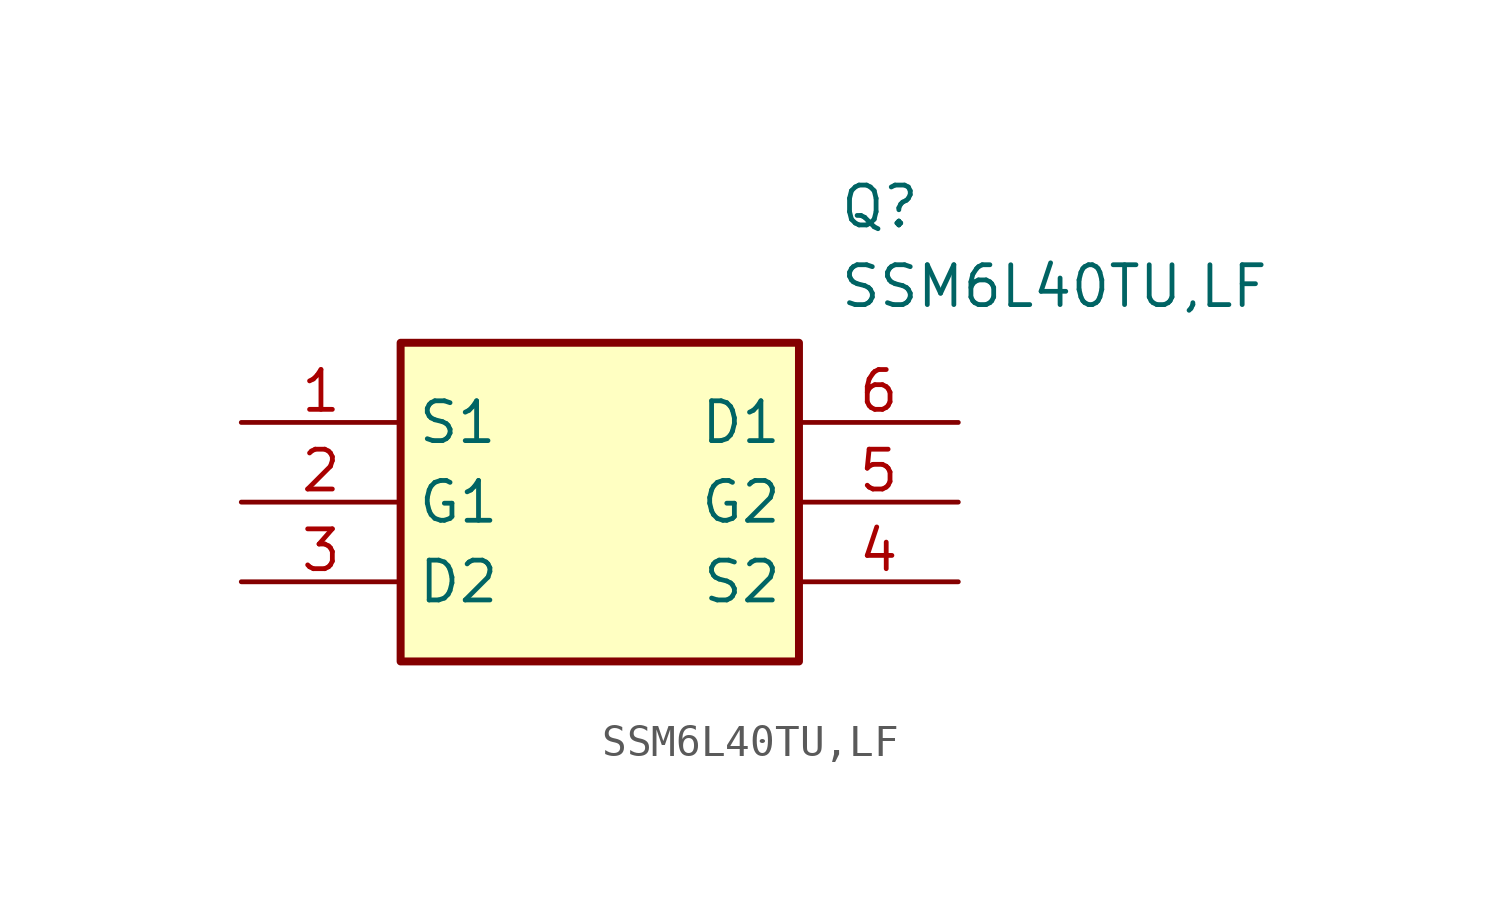
<source format=kicad_sym>
(kicad_symbol_lib
  (version 20211014)
  (generator SamacSys_ECAD_Model)
  (symbol "SSM6L40TU,LF"
    (property "Reference" "Q"
      (at 19.05 7.62 0)
      (effects (font (size 1.27 1.27)) (justify left top)))
    (property "Value" "SSM6L40TU,LF"
      (at 19.05 5.08 0)
      (effects (font (size 1.27 1.27)) (justify left top)))
    (rectangle
      (start 5.08 2.54)
      (end 17.78 -7.62)
      (stroke (width 0.254) (type default))
      (fill (type background)))
    (pin passive line
      (at 0 0 0)
      (length 5.08)
      (name "S1" (effects (font (size 1.27 1.27))))
      (number "1" (effects (font (size 1.27 1.27)))))
    (pin passive line
      (at 0 -2.54 0)
      (length 5.08)
      (name "G1" (effects (font (size 1.27 1.27))))
      (number "2" (effects (font (size 1.27 1.27)))))
    (pin passive line
      (at 0 -5.08 0)
      (length 5.08)
      (name "D2" (effects (font (size 1.27 1.27))))
      (number "3" (effects (font (size 1.27 1.27)))))
    (pin passive line
      (at 22.86 -5.08 180)
      (length 5.08)
      (name "S2" (effects (font (size 1.27 1.27))))
      (number "4" (effects (font (size 1.27 1.27)))))
    (pin passive line
      (at 22.86 -2.54 180)
      (length 5.08)
      (name "G2" (effects (font (size 1.27 1.27))))
      (number "5" (effects (font (size 1.27 1.27)))))
    (pin passive line
      (at 22.86 0 180)
      (length 5.08)
      (name "D1" (effects (font (size 1.27 1.27))))
      (number "6" (effects (font (size 1.27 1.27)))))))
</source>
